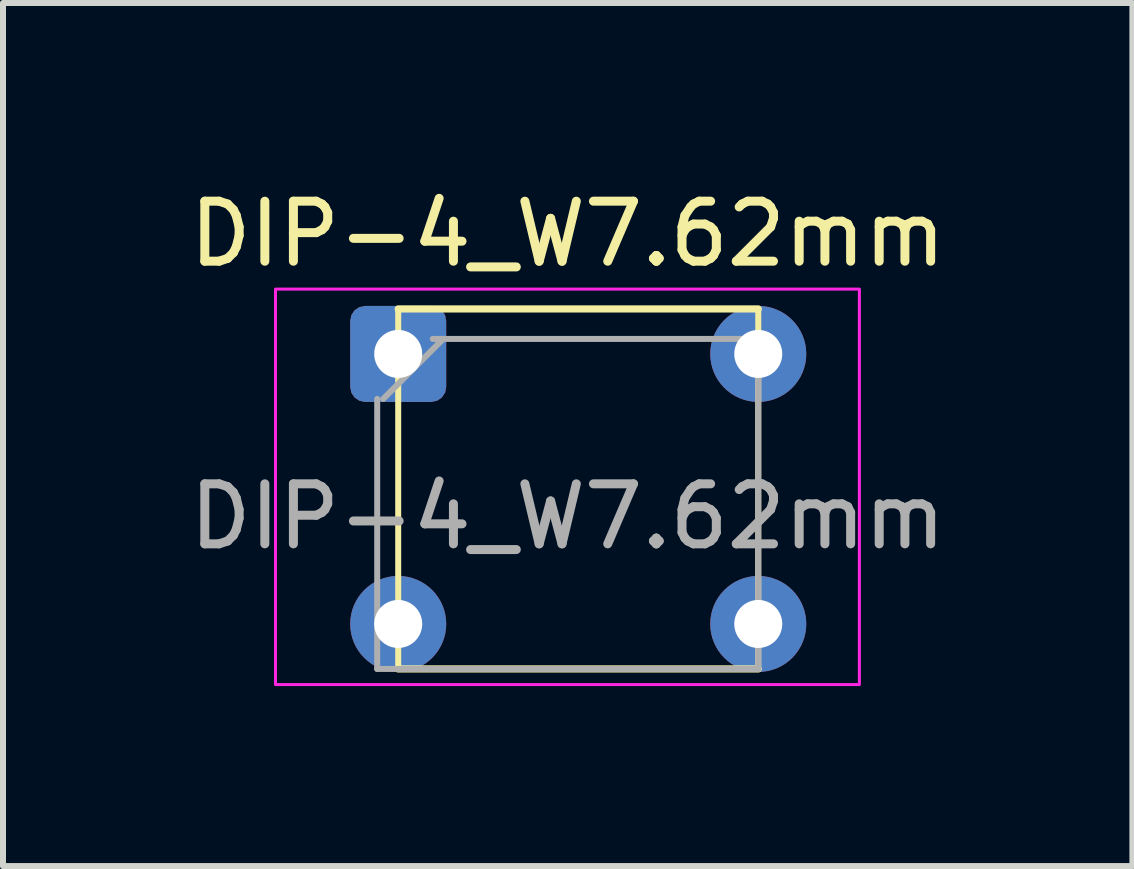
<source format=kicad_pcb>
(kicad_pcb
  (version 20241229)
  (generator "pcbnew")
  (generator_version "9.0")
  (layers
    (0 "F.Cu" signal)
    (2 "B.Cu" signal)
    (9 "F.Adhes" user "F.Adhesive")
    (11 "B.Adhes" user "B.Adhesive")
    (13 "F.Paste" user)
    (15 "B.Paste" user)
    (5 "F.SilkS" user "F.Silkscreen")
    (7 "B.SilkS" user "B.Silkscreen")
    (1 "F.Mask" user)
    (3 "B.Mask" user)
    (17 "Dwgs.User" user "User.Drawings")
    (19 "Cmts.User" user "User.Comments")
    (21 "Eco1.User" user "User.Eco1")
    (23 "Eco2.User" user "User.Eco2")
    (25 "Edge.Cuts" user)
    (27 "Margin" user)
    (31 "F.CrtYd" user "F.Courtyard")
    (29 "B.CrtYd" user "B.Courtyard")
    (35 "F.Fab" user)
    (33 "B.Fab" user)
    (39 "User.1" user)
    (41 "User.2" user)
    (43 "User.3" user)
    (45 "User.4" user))
  (footprint "DIP-4_W7.62mm"
    (layer "F.Cu")
    (at 3.586 7.348)
    (property "Reference" "DIP-4_W7.62mm" (at 2.825 -6.5 0) (layer "F.SilkS") (effects (font (size 1 1) (thickness 0.15))))
    (attr through_hole)
    (fp_line (start 0 -5.25) (end 0 0.75) (stroke (width 0.1) (type default)) (layer "F.SilkS"))
    (fp_line (start 0 -5.25) (end 6 -5.25) (stroke (width 0.12) (type solid)) (layer "F.SilkS"))
    (fp_line (start 0 0.75) (end 6 0.75) (stroke (width 0.12) (type solid)) (layer "F.SilkS"))
    (fp_line (start 6 -5.25) (end 6 0.75) (stroke (width 0.1) (type default)) (layer "F.SilkS"))
    (fp_rect (start -2.045 -5.58) (end 7.685 1.01) (stroke (width 0.05) (type solid)) (fill no) (layer "F.CrtYd"))
    (fp_line (start -0.35 0.75) (end -0.35 -3.75) (stroke (width 0.1) (type solid)) (layer "F.Fab"))
    (fp_line (start -0.25 -3.75) (end 0.75 -4.75) (stroke (width 0.1) (type solid)) (layer "F.Fab"))
    (fp_line (start 0.575 -4.75) (end 5.925 -4.75) (stroke (width 0.1) (type solid)) (layer "F.Fab"))
    (fp_line (start 6 -4.33) (end 6 0.75) (stroke (width 0.1) (type solid)) (layer "F.Fab"))
    (fp_line (start 6 0.75) (end -0.35 0.75) (stroke (width 0.1) (type solid)) (layer "F.Fab"))
    (fp_text user "${REFERENCE}" (at 2.825 -1.79 0) (layer "F.Fab") (effects (font (size 1 1) (thickness 0.15))))
    (pad "1" thru_hole roundrect (at 0 -4.5) (size 1.6 1.6) (drill 0.8) (layers "*.Cu" "*.Mask") (roundrect_rratio 0.156))
    (pad "2" thru_hole circle (at 0 0) (size 1.6 1.6) (drill 0.8) (layers "*.Cu" "*.Mask"))
    (pad "3" thru_hole circle (at 6 0) (size 1.6 1.6) (drill 0.8) (layers "*.Cu" "*.Mask"))
    (pad "4" thru_hole circle (at 6 -4.5) (size 1.6 1.6) (drill 0.8) (layers "*.Cu" "*.Mask")))
  (gr_rect
    (start -3 -3)
    (end 15.821 11.383)
    (stroke (width 0.1) (type default))
    (fill no)
    (layer "Edge.Cuts")))
</source>
